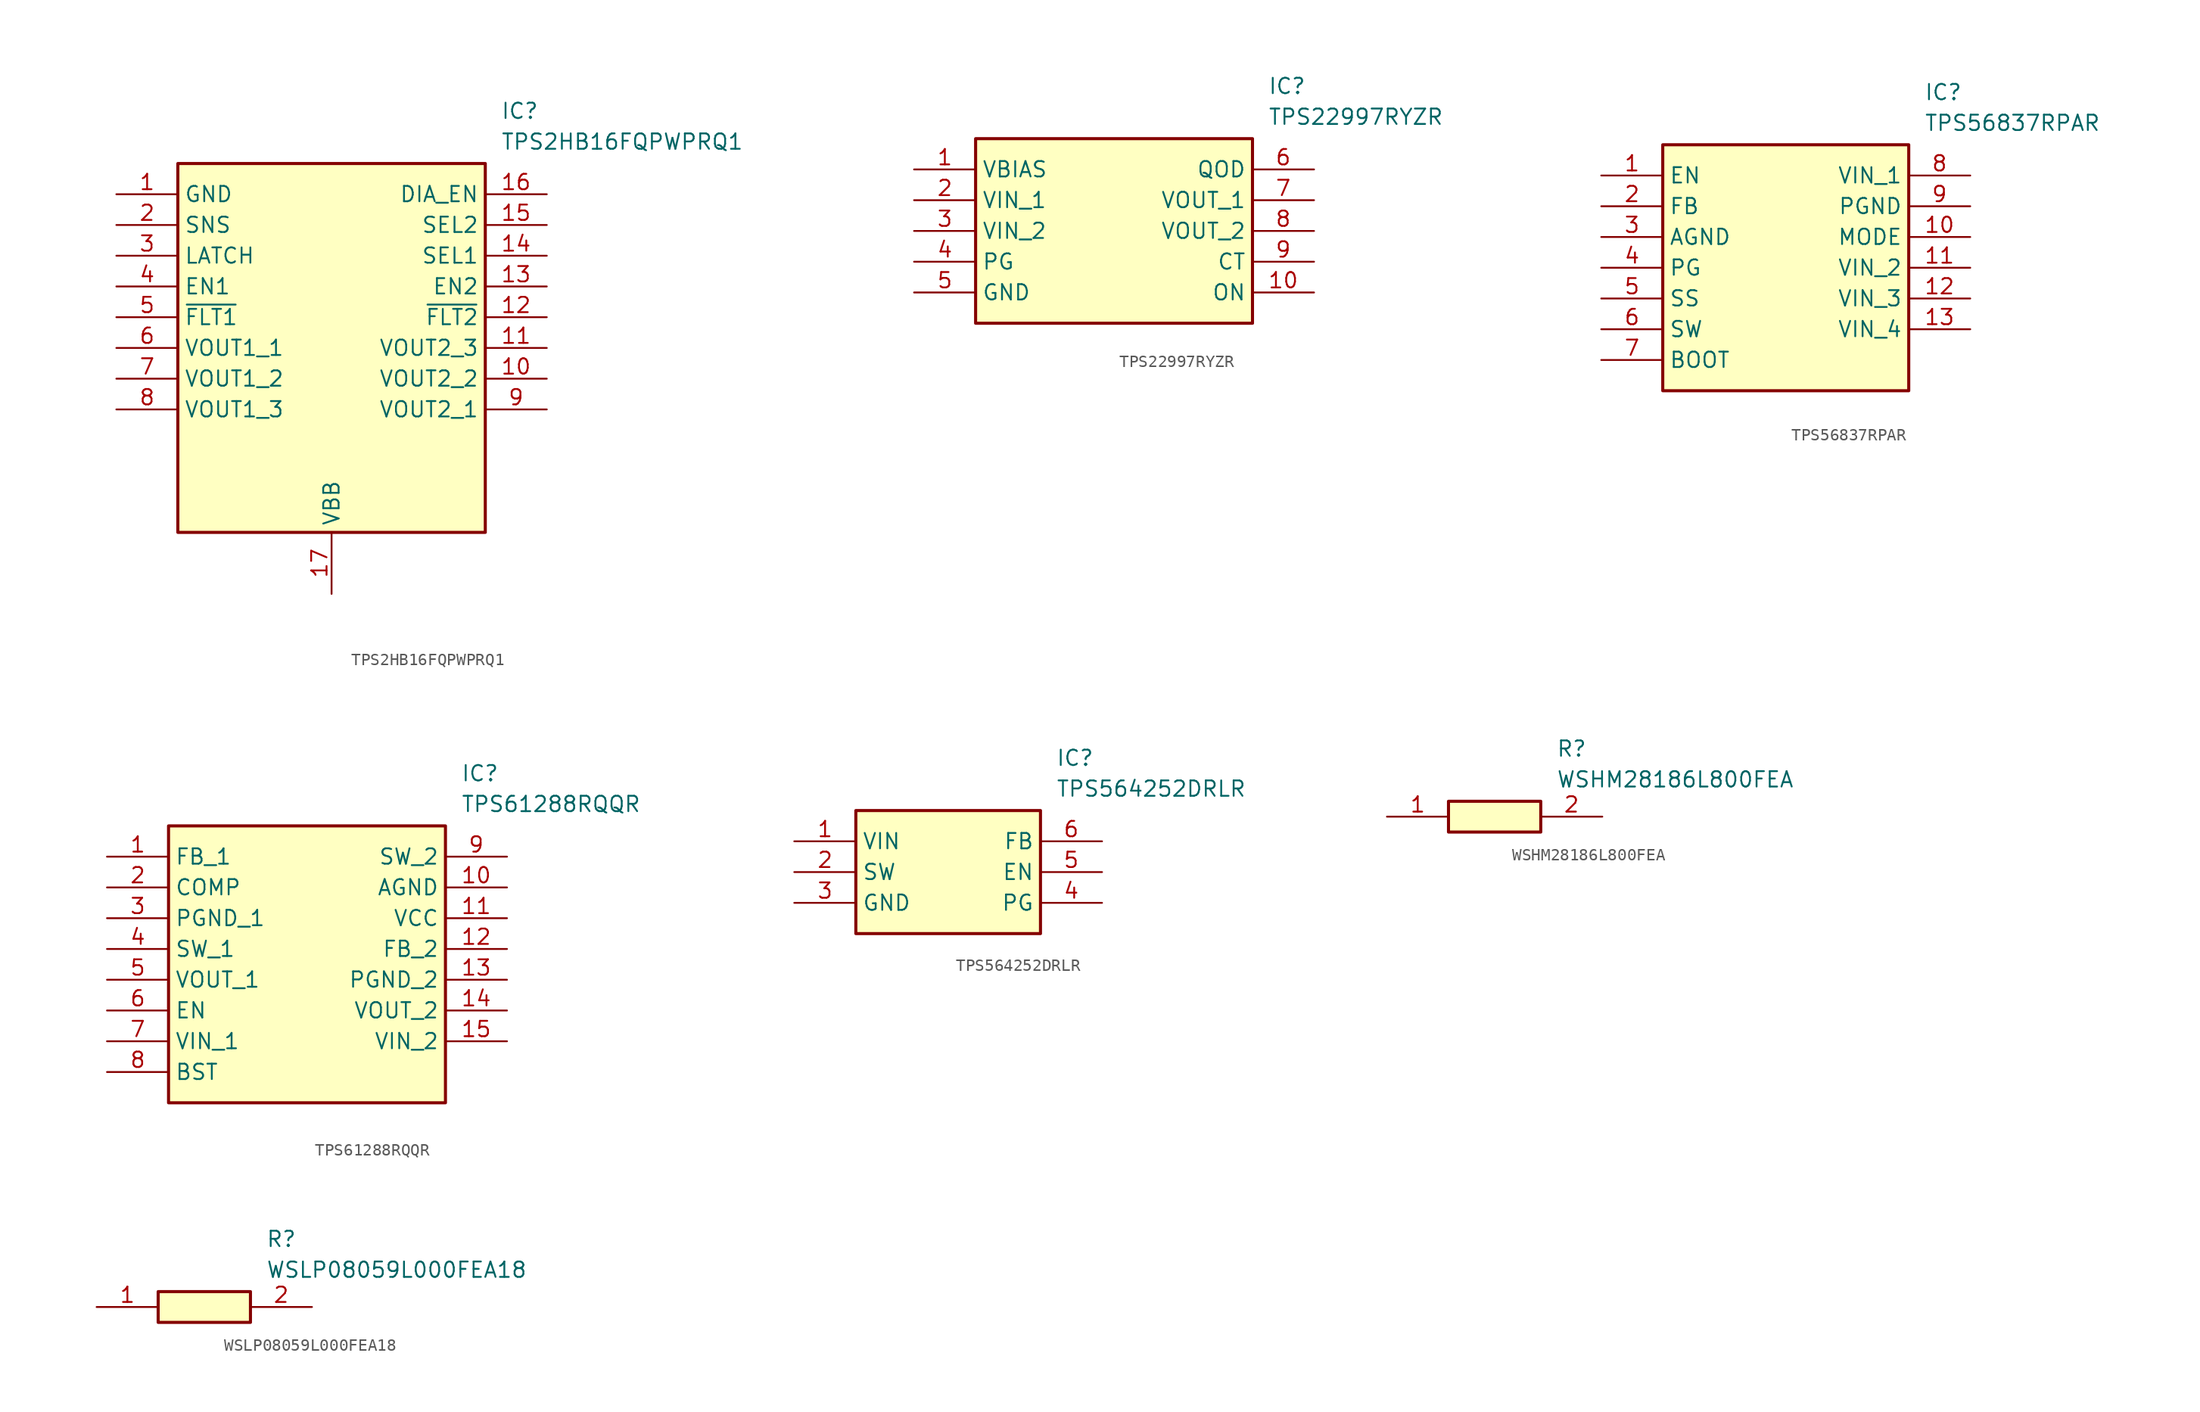
<source format=kicad_sym>
(kicad_symbol_lib
  (version 20241209)
  (generator "kicad_symbol_editor")
  (generator_version "9.0")
  (symbol "TPS2HB16FQPWPRQ1"
    (property "Reference" "IC"
      (at 31.75 7.62 0)
      (effects (font (size 1.27 1.27)) (justify left top)))
    (property "Value" "TPS2HB16FQPWPRQ1"
      (at 31.75 5.08 0)
      (effects (font (size 1.27 1.27)) (justify left top)))
    (symbol "TPS2HB16FQPWPRQ1_1_1"
      (rectangle (start 5.08 2.54) (end 30.48 -27.94) (stroke (width 0.254) (type default)) (fill (type background)))
      (pin passive line (at 0 0 0) (length 5.08) (name "GND" (effects (font (size 1.27 1.27)))) (number "1" (effects (font (size 1.27 1.27)))))
      (pin passive line (at 0 -2.54 0) (length 5.08) (name "SNS" (effects (font (size 1.27 1.27)))) (number "2" (effects (font (size 1.27 1.27)))))
      (pin passive line (at 0 -5.08 0) (length 5.08) (name "LATCH" (effects (font (size 1.27 1.27)))) (number "3" (effects (font (size 1.27 1.27)))))
      (pin passive line (at 0 -7.62 0) (length 5.08) (name "EN1" (effects (font (size 1.27 1.27)))) (number "4" (effects (font (size 1.27 1.27)))))
      (pin passive line (at 0 -10.16 0) (length 5.08) (name "~{FLT1}" (effects (font (size 1.27 1.27)))) (number "5" (effects (font (size 1.27 1.27)))))
      (pin passive line (at 0 -12.7 0) (length 5.08) (name "VOUT1_1" (effects (font (size 1.27 1.27)))) (number "6" (effects (font (size 1.27 1.27)))))
      (pin passive line (at 0 -15.24 0) (length 5.08) (name "VOUT1_2" (effects (font (size 1.27 1.27)))) (number "7" (effects (font (size 1.27 1.27)))))
      (pin passive line (at 0 -17.78 0) (length 5.08) (name "VOUT1_3" (effects (font (size 1.27 1.27)))) (number "8" (effects (font (size 1.27 1.27)))))
      (pin passive line (at 17.78 -33.02 90) (length 5.08) (name "VBB" (effects (font (size 1.27 1.27)))) (number "17" (effects (font (size 1.27 1.27)))))
      (pin passive line (at 35.56 0 180) (length 5.08) (name "DIA_EN" (effects (font (size 1.27 1.27)))) (number "16" (effects (font (size 1.27 1.27)))))
      (pin passive line (at 35.56 -2.54 180) (length 5.08) (name "SEL2" (effects (font (size 1.27 1.27)))) (number "15" (effects (font (size 1.27 1.27)))))
      (pin passive line (at 35.56 -5.08 180) (length 5.08) (name "SEL1" (effects (font (size 1.27 1.27)))) (number "14" (effects (font (size 1.27 1.27)))))
      (pin passive line (at 35.56 -7.62 180) (length 5.08) (name "EN2" (effects (font (size 1.27 1.27)))) (number "13" (effects (font (size 1.27 1.27)))))
      (pin passive line (at 35.56 -10.16 180) (length 5.08) (name "~{FLT2}" (effects (font (size 1.27 1.27)))) (number "12" (effects (font (size 1.27 1.27)))))
      (pin passive line (at 35.56 -12.7 180) (length 5.08) (name "VOUT2_3" (effects (font (size 1.27 1.27)))) (number "11" (effects (font (size 1.27 1.27)))))
      (pin passive line (at 35.56 -15.24 180) (length 5.08) (name "VOUT2_2" (effects (font (size 1.27 1.27)))) (number "10" (effects (font (size 1.27 1.27)))))
      (pin passive line (at 35.56 -17.78 180) (length 5.08) (name "VOUT2_1" (effects (font (size 1.27 1.27)))) (number "9" (effects (font (size 1.27 1.27)))))))
  (symbol "TPS22997RYZR"
    (property "Reference" "IC"
      (at 29.21 7.62 0)
      (effects (font (size 1.27 1.27)) (justify left top)))
    (property "Value" "TPS22997RYZR"
      (at 29.21 5.08 0)
      (effects (font (size 1.27 1.27)) (justify left top)))
    (symbol "TPS22997RYZR_1_1"
      (rectangle (start 5.08 2.54) (end 27.94 -12.7) (stroke (width 0.254) (type default)) (fill (type background)))
      (pin passive line (at 0 0 0) (length 5.08) (name "VBIAS" (effects (font (size 1.27 1.27)))) (number "1" (effects (font (size 1.27 1.27)))))
      (pin passive line (at 0 -2.54 0) (length 5.08) (name "VIN_1" (effects (font (size 1.27 1.27)))) (number "2" (effects (font (size 1.27 1.27)))))
      (pin passive line (at 0 -5.08 0) (length 5.08) (name "VIN_2" (effects (font (size 1.27 1.27)))) (number "3" (effects (font (size 1.27 1.27)))))
      (pin passive line (at 0 -7.62 0) (length 5.08) (name "PG" (effects (font (size 1.27 1.27)))) (number "4" (effects (font (size 1.27 1.27)))))
      (pin passive line (at 0 -10.16 0) (length 5.08) (name "GND" (effects (font (size 1.27 1.27)))) (number "5" (effects (font (size 1.27 1.27)))))
      (pin passive line (at 33.02 0 180) (length 5.08) (name "QOD" (effects (font (size 1.27 1.27)))) (number "6" (effects (font (size 1.27 1.27)))))
      (pin passive line (at 33.02 -2.54 180) (length 5.08) (name "VOUT_1" (effects (font (size 1.27 1.27)))) (number "7" (effects (font (size 1.27 1.27)))))
      (pin passive line (at 33.02 -5.08 180) (length 5.08) (name "VOUT_2" (effects (font (size 1.27 1.27)))) (number "8" (effects (font (size 1.27 1.27)))))
      (pin passive line (at 33.02 -7.62 180) (length 5.08) (name "CT" (effects (font (size 1.27 1.27)))) (number "9" (effects (font (size 1.27 1.27)))))
      (pin passive line (at 33.02 -10.16 180) (length 5.08) (name "ON" (effects (font (size 1.27 1.27)))) (number "10" (effects (font (size 1.27 1.27)))))))
  (symbol "TPS56837RPAR"
    (property "Reference" "IC"
      (at 26.67 7.62 0)
      (effects (font (size 1.27 1.27)) (justify left top)))
    (property "Value" "TPS56837RPAR"
      (at 26.67 5.08 0)
      (effects (font (size 1.27 1.27)) (justify left top)))
    (rectangle
      (start 5.08 2.54)
      (end 25.4 -17.78)
      (stroke (width 0.254) (type default))
      (fill (type background)))
    (pin passive line
      (at 0 0 0)
      (length 5.08)
      (name "EN" (effects (font (size 1.27 1.27))))
      (number "1" (effects (font (size 1.27 1.27)))))
    (pin passive line
      (at 0 -2.54 0)
      (length 5.08)
      (name "FB" (effects (font (size 1.27 1.27))))
      (number "2" (effects (font (size 1.27 1.27)))))
    (pin passive line
      (at 0 -5.08 0)
      (length 5.08)
      (name "AGND" (effects (font (size 1.27 1.27))))
      (number "3" (effects (font (size 1.27 1.27)))))
    (pin passive line
      (at 0 -7.62 0)
      (length 5.08)
      (name "PG" (effects (font (size 1.27 1.27))))
      (number "4" (effects (font (size 1.27 1.27)))))
    (pin passive line
      (at 0 -10.16 0)
      (length 5.08)
      (name "SS" (effects (font (size 1.27 1.27))))
      (number "5" (effects (font (size 1.27 1.27)))))
    (pin passive line
      (at 0 -12.7 0)
      (length 5.08)
      (name "SW" (effects (font (size 1.27 1.27))))
      (number "6" (effects (font (size 1.27 1.27)))))
    (pin passive line
      (at 0 -15.24 0)
      (length 5.08)
      (name "BOOT" (effects (font (size 1.27 1.27))))
      (number "7" (effects (font (size 1.27 1.27)))))
    (pin passive line
      (at 30.48 0 180)
      (length 5.08)
      (name "VIN_1" (effects (font (size 1.27 1.27))))
      (number "8" (effects (font (size 1.27 1.27)))))
    (pin passive line
      (at 30.48 -2.54 180)
      (length 5.08)
      (name "PGND" (effects (font (size 1.27 1.27))))
      (number "9" (effects (font (size 1.27 1.27)))))
    (pin passive line
      (at 30.48 -5.08 180)
      (length 5.08)
      (name "MODE" (effects (font (size 1.27 1.27))))
      (number "10" (effects (font (size 1.27 1.27)))))
    (pin passive line
      (at 30.48 -7.62 180)
      (length 5.08)
      (name "VIN_2" (effects (font (size 1.27 1.27))))
      (number "11" (effects (font (size 1.27 1.27)))))
    (pin passive line
      (at 30.48 -10.16 180)
      (length 5.08)
      (name "VIN_3" (effects (font (size 1.27 1.27))))
      (number "12" (effects (font (size 1.27 1.27)))))
    (pin passive line
      (at 30.48 -12.7 180)
      (length 5.08)
      (name "VIN_4" (effects (font (size 1.27 1.27))))
      (number "13" (effects (font (size 1.27 1.27))))))
  (symbol "TPS61288RQQR"
    (property "Reference" "IC"
      (at 29.21 7.62 0)
      (effects (font (size 1.27 1.27)) (justify left top)))
    (property "Value" "TPS61288RQQR"
      (at 29.21 5.08 0)
      (effects (font (size 1.27 1.27)) (justify left top)))
    (rectangle
      (start 5.08 2.54)
      (end 27.94 -20.32)
      (stroke (width 0.254) (type default))
      (fill (type background)))
    (pin passive line
      (at 0 0 0)
      (length 5.08)
      (name "FB_1" (effects (font (size 1.27 1.27))))
      (number "1" (effects (font (size 1.27 1.27)))))
    (pin passive line
      (at 0 -2.54 0)
      (length 5.08)
      (name "COMP" (effects (font (size 1.27 1.27))))
      (number "2" (effects (font (size 1.27 1.27)))))
    (pin passive line
      (at 0 -5.08 0)
      (length 5.08)
      (name "PGND_1" (effects (font (size 1.27 1.27))))
      (number "3" (effects (font (size 1.27 1.27)))))
    (pin passive line
      (at 0 -7.62 0)
      (length 5.08)
      (name "SW_1" (effects (font (size 1.27 1.27))))
      (number "4" (effects (font (size 1.27 1.27)))))
    (pin passive line
      (at 0 -10.16 0)
      (length 5.08)
      (name "VOUT_1" (effects (font (size 1.27 1.27))))
      (number "5" (effects (font (size 1.27 1.27)))))
    (pin passive line
      (at 0 -12.7 0)
      (length 5.08)
      (name "EN" (effects (font (size 1.27 1.27))))
      (number "6" (effects (font (size 1.27 1.27)))))
    (pin passive line
      (at 0 -15.24 0)
      (length 5.08)
      (name "VIN_1" (effects (font (size 1.27 1.27))))
      (number "7" (effects (font (size 1.27 1.27)))))
    (pin passive line
      (at 0 -17.78 0)
      (length 5.08)
      (name "BST" (effects (font (size 1.27 1.27))))
      (number "8" (effects (font (size 1.27 1.27)))))
    (pin passive line
      (at 33.02 0 180)
      (length 5.08)
      (name "SW_2" (effects (font (size 1.27 1.27))))
      (number "9" (effects (font (size 1.27 1.27)))))
    (pin passive line
      (at 33.02 -2.54 180)
      (length 5.08)
      (name "AGND" (effects (font (size 1.27 1.27))))
      (number "10" (effects (font (size 1.27 1.27)))))
    (pin passive line
      (at 33.02 -5.08 180)
      (length 5.08)
      (name "VCC" (effects (font (size 1.27 1.27))))
      (number "11" (effects (font (size 1.27 1.27)))))
    (pin passive line
      (at 33.02 -7.62 180)
      (length 5.08)
      (name "FB_2" (effects (font (size 1.27 1.27))))
      (number "12" (effects (font (size 1.27 1.27)))))
    (pin passive line
      (at 33.02 -10.16 180)
      (length 5.08)
      (name "PGND_2" (effects (font (size 1.27 1.27))))
      (number "13" (effects (font (size 1.27 1.27)))))
    (pin passive line
      (at 33.02 -12.7 180)
      (length 5.08)
      (name "VOUT_2" (effects (font (size 1.27 1.27))))
      (number "14" (effects (font (size 1.27 1.27)))))
    (pin passive line
      (at 33.02 -15.24 180)
      (length 5.08)
      (name "VIN_2" (effects (font (size 1.27 1.27))))
      (number "15" (effects (font (size 1.27 1.27))))))
  (symbol "TPS564252DRLR"
    (property "Reference" "IC"
      (at 21.59 7.62 0)
      (effects (font (size 1.27 1.27)) (justify left top)))
    (property "Value" "TPS564252DRLR"
      (at 21.59 5.08 0)
      (effects (font (size 1.27 1.27)) (justify left top)))
    (symbol "TPS564252DRLR_1_1"
      (rectangle (start 5.08 2.54) (end 20.32 -7.62) (stroke (width 0.254) (type default)) (fill (type background)))
      (pin passive line (at 0 0 0) (length 5.08) (name "VIN" (effects (font (size 1.27 1.27)))) (number "1" (effects (font (size 1.27 1.27)))))
      (pin passive line (at 0 -2.54 0) (length 5.08) (name "SW" (effects (font (size 1.27 1.27)))) (number "2" (effects (font (size 1.27 1.27)))))
      (pin passive line (at 0 -5.08 0) (length 5.08) (name "GND" (effects (font (size 1.27 1.27)))) (number "3" (effects (font (size 1.27 1.27)))))
      (pin passive line (at 25.4 0 180) (length 5.08) (name "FB" (effects (font (size 1.27 1.27)))) (number "6" (effects (font (size 1.27 1.27)))))
      (pin passive line (at 25.4 -2.54 180) (length 5.08) (name "EN" (effects (font (size 1.27 1.27)))) (number "5" (effects (font (size 1.27 1.27)))))
      (pin passive line (at 25.4 -5.08 180) (length 5.08) (name "PG" (effects (font (size 1.27 1.27)))) (number "4" (effects (font (size 1.27 1.27)))))))
  (symbol "WSHM28186L800FEA"
    (pin_names
      (hide yes))
    (property "Reference" "R"
      (at 13.97 6.35 0)
      (effects (font (size 1.27 1.27)) (justify left top)))
    (property "Value" "WSHM28186L800FEA"
      (at 13.97 3.81 0)
      (effects (font (size 1.27 1.27)) (justify left top)))
    (symbol "WSHM28186L800FEA_1_1"
      (rectangle (start 5.08 1.27) (end 12.7 -1.27) (stroke (width 0.254) (type default)) (fill (type background)))
      (pin passive line (at 0 0 0) (length 5.08) (name "1" (effects (font (size 1.27 1.27)))) (number "1" (effects (font (size 1.27 1.27)))))
      (pin passive line (at 17.78 0 180) (length 5.08) (name "2" (effects (font (size 1.27 1.27)))) (number "2" (effects (font (size 1.27 1.27)))))))
  (symbol "WSLP08059L000FEA18"
    (pin_names
      (hide yes))
    (property "Reference" "R"
      (at 13.97 6.35 0)
      (effects (font (size 1.27 1.27)) (justify left top)))
    (property "Value" "WSLP08059L000FEA18"
      (at 13.97 3.81 0)
      (effects (font (size 1.27 1.27)) (justify left top)))
    (symbol "WSLP08059L000FEA18_1_1"
      (rectangle (start 5.08 1.27) (end 12.7 -1.27) (stroke (width 0.254) (type default)) (fill (type background)))
      (pin passive line (at 0 0 0) (length 5.08) (name "1" (effects (font (size 1.27 1.27)))) (number "1" (effects (font (size 1.27 1.27)))))
      (pin passive line (at 17.78 0 180) (length 5.08) (name "2" (effects (font (size 1.27 1.27)))) (number "2" (effects (font (size 1.27 1.27))))))))
</source>
